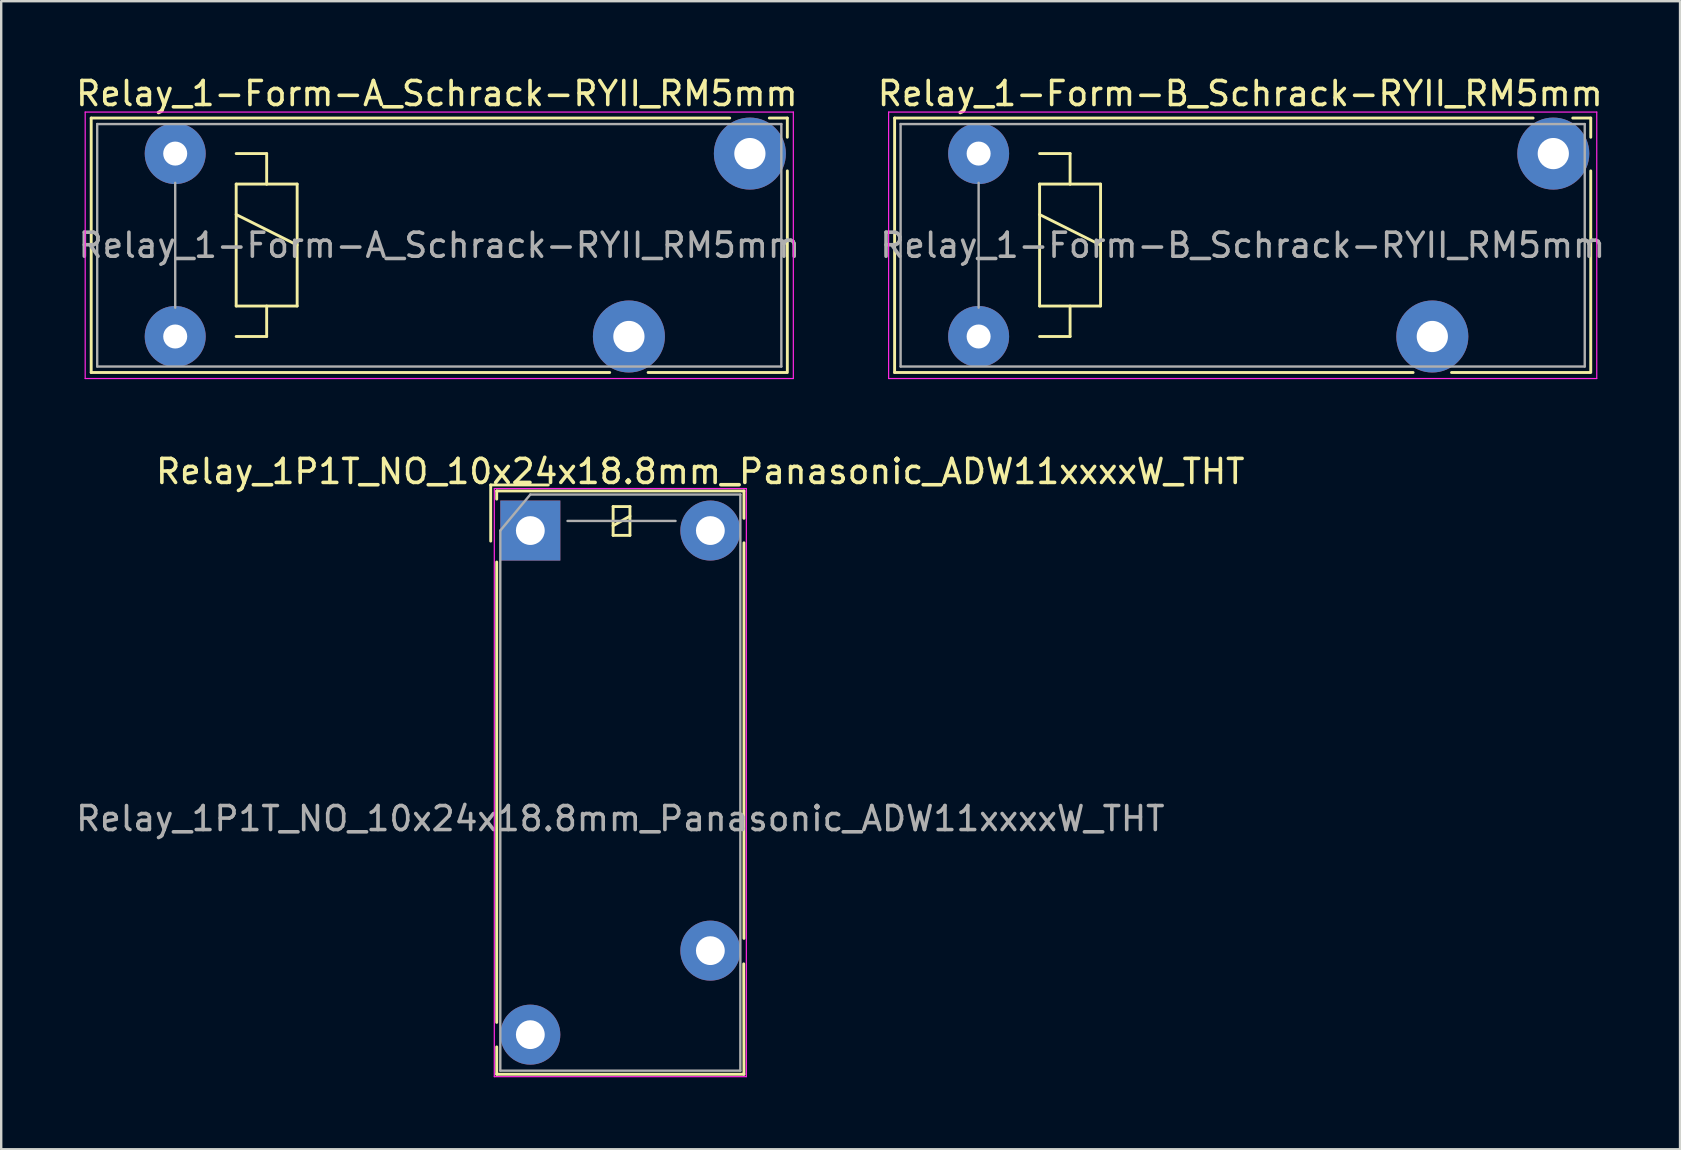
<source format=kicad_pcb>
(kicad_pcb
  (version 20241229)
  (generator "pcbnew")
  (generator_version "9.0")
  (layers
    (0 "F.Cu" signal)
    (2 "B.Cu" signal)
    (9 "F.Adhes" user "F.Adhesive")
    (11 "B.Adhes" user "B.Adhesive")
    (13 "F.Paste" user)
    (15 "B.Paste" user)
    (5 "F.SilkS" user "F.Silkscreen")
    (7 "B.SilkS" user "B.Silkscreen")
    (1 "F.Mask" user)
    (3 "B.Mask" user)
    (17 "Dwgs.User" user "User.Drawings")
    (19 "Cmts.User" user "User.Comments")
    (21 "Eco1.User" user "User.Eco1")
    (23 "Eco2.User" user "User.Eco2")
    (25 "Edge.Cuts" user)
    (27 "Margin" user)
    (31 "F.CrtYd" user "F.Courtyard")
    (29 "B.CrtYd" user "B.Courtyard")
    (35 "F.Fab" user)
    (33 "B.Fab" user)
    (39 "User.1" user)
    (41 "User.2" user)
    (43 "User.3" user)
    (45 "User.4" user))
  (footprint "Relay_1-Form-A_Schrack-RYII_RM5mm"
    (layer "F.Cu")
    (at 4.249 10.968)
    (property "Reference" "Relay_1-Form-A_Schrack-RYII_RM5mm" (at 10.9 -10.12 0) (layer "F.SilkS") (effects (font (size 1 1) (thickness 0.15))))
    (attr through_hole)
    (fp_line (start -3.5 -9.1) (end 23.1 -9.1) (stroke (width 0.12) (type solid)) (layer "F.SilkS"))
    (fp_line (start -3.5 1.5) (end -3.5 -9.1) (stroke (width 0.12) (type solid)) (layer "F.SilkS"))
    (fp_line (start 2.54 -7.62) (end 3.81 -7.62) (stroke (width 0.12) (type solid)) (layer "F.SilkS"))
    (fp_line (start 2.54 -6.35) (end 3.81 -6.35) (stroke (width 0.12) (type solid)) (layer "F.SilkS"))
    (fp_line (start 2.54 -5.08) (end 5.08 -3.81) (stroke (width 0.12) (type solid)) (layer "F.SilkS"))
    (fp_line (start 2.54 -1.27) (end 2.54 -6.35) (stroke (width 0.12) (type solid)) (layer "F.SilkS"))
    (fp_line (start 3.81 -7.62) (end 3.81 -6.35) (stroke (width 0.12) (type solid)) (layer "F.SilkS"))
    (fp_line (start 3.81 -6.35) (end 5.08 -6.35) (stroke (width 0.12) (type solid)) (layer "F.SilkS"))
    (fp_line (start 3.81 -1.27) (end 3.81 0) (stroke (width 0.12) (type solid)) (layer "F.SilkS"))
    (fp_line (start 3.81 0) (end 2.54 0) (stroke (width 0.12) (type solid)) (layer "F.SilkS"))
    (fp_line (start 5.08 -6.35) (end 5.08 -1.27) (stroke (width 0.12) (type solid)) (layer "F.SilkS"))
    (fp_line (start 5.08 -1.27) (end 2.54 -1.27) (stroke (width 0.12) (type solid)) (layer "F.SilkS"))
    (fp_line (start 18.1 1.5) (end -3.5 1.5) (stroke (width 0.12) (type solid)) (layer "F.SilkS"))
    (fp_line (start 24.75 -9.1) (end 25.5 -9.1) (stroke (width 0.12) (type solid)) (layer "F.SilkS"))
    (fp_line (start 25.45 1.5) (end 19.7 1.5) (stroke (width 0.12) (type solid)) (layer "F.SilkS"))
    (fp_line (start 25.5 -9.1) (end 25.5 -8.3) (stroke (width 0.12) (type solid)) (layer "F.SilkS"))
    (fp_line (start 25.5 -6.9) (end 25.5 1.5) (stroke (width 0.12) (type solid)) (layer "F.SilkS"))
    (fp_line (start -3.75 -9.35) (end -3.75 1.75) (stroke (width 0.05) (type solid)) (layer "F.CrtYd"))
    (fp_line (start -3.75 1.75) (end 25.75 1.75) (stroke (width 0.05) (type solid)) (layer "F.CrtYd"))
    (fp_line (start 25.75 -9.35) (end -3.75 -9.35) (stroke (width 0.05) (type solid)) (layer "F.CrtYd"))
    (fp_line (start 25.75 1.75) (end 25.75 -9.35) (stroke (width 0.05) (type solid)) (layer "F.CrtYd"))
    (fp_line (start -3.25 -8.85) (end 25.25 -8.85) (stroke (width 0.1) (type solid)) (layer "F.Fab"))
    (fp_line (start -3.25 1.25) (end -3.25 -8.85) (stroke (width 0.1) (type solid)) (layer "F.Fab"))
    (fp_line (start 0 -6.4) (end 0 -1.2) (stroke (width 0.1) (type solid)) (layer "F.Fab"))
    (fp_line (start 25.25 -8.85) (end 25.25 1.25) (stroke (width 0.1) (type solid)) (layer "F.Fab"))
    (fp_line (start 25.25 1.25) (end -3.25 1.25) (stroke (width 0.1) (type solid)) (layer "F.Fab"))
    (fp_text user "${REFERENCE}" (at 11 -3.8 0) (layer "F.Fab") (effects (font (size 1 1) (thickness 0.15))))
    (pad "11" thru_hole circle (at 18.9 0) (size 3 3) (drill 1.3) (layers "*.Cu" "*.Mask"))
    (pad "14" thru_hole circle (at 23.94 -7.62) (size 3 3) (drill 1.3) (layers "*.Cu" "*.Mask"))
    (pad "A1" thru_hole circle (at 0 0) (size 2.54 2.54) (drill 1) (layers "*.Cu" "*.Mask"))
    (pad "A2" thru_hole circle (at 0 -7.62) (size 2.54 2.54) (drill 1) (layers "*.Cu" "*.Mask")))
  (footprint "Relay_1P1T_NO_10x24x18.8mm_Panasonic_ADW11xxxxW_THT"
    (layer "F.Cu")
    (at 19.042 19.052)
    (property "Reference" "Relay_1P1T_NO_10x24x18.8mm_Panasonic_ADW11xxxxW_THT" (at 7.08 -2.46 180) (layer "F.SilkS") (effects (font (size 1 1) (thickness 0.15))))
    (attr through_hole)
    (fp_line (start -1.65 -1.9) (end 0.75 -1.9) (stroke (width 0.12) (type solid)) (layer "F.SilkS"))
    (fp_line (start -1.65 0.44) (end -1.65 -1.9) (stroke (width 0.12) (type solid)) (layer "F.SilkS"))
    (fp_line (start -1.4 -1.65) (end -1.4 -1.31) (stroke (width 0.12) (type solid)) (layer "F.SilkS"))
    (fp_line (start -1.4 1.31) (end -1.4 20.49) (stroke (width 0.12) (type solid)) (layer "F.SilkS"))
    (fp_line (start -1.4 22.65) (end -1.4 21.51) (stroke (width 0.12) (type solid)) (layer "F.SilkS"))
    (fp_line (start 3.45 -1) (end 3.45 0.2) (stroke (width 0.12) (type solid)) (layer "F.SilkS"))
    (fp_line (start 3.45 -0.2) (end 4.15 -0.6) (stroke (width 0.12) (type solid)) (layer "F.SilkS"))
    (fp_line (start 3.45 0.2) (end 4.15 0.2) (stroke (width 0.12) (type solid)) (layer "F.SilkS"))
    (fp_line (start 4.15 -1) (end 3.45 -1) (stroke (width 0.12) (type solid)) (layer "F.SilkS"))
    (fp_line (start 4.15 0.2) (end 4.15 -1) (stroke (width 0.12) (type solid)) (layer "F.SilkS"))
    (fp_line (start 8.89 18.05) (end 8.9 22.65) (stroke (width 0.12) (type solid)) (layer "F.SilkS"))
    (fp_line (start 8.9 -1.65) (end -1.4 -1.65) (stroke (width 0.12) (type solid)) (layer "F.SilkS"))
    (fp_line (start 8.9 -1.65) (end 8.9 -0.51) (stroke (width 0.12) (type solid)) (layer "F.SilkS"))
    (fp_line (start 8.9 0.51) (end 8.9 16.99) (stroke (width 0.12) (type solid)) (layer "F.SilkS"))
    (fp_line (start 8.9 22.65) (end -1.4 22.65) (stroke (width 0.12) (type solid)) (layer "F.SilkS"))
    (fp_line (start -1.5 -1.75) (end -1.5 22.75) (stroke (width 0.05) (type solid)) (layer "F.CrtYd"))
    (fp_line (start 9 -1.75) (end -1.5 -1.75) (stroke (width 0.05) (type solid)) (layer "F.CrtYd"))
    (fp_line (start 9 22.75) (end -1.5 22.75) (stroke (width 0.05) (type solid)) (layer "F.CrtYd"))
    (fp_line (start 9 22.75) (end 9 -1.75) (stroke (width 0.05) (type solid)) (layer "F.CrtYd"))
    (fp_line (start -1.25 0) (end -1.25 22.5) (stroke (width 0.1) (type solid)) (layer "F.Fab"))
    (fp_line (start -1.25 0) (end 0 -1.5) (stroke (width 0.1) (type solid)) (layer "F.Fab"))
    (fp_line (start 1.55 -0.4) (end 6.05 -0.4) (stroke (width 0.1) (type solid)) (layer "F.Fab"))
    (fp_line (start 8.75 -1.5) (end 0 -1.5) (stroke (width 0.1) (type solid)) (layer "F.Fab"))
    (fp_line (start 8.75 22.5) (end -1.25 22.5) (stroke (width 0.1) (type solid)) (layer "F.Fab"))
    (fp_line (start 8.75 22.5) (end 8.75 -1.5) (stroke (width 0.1) (type solid)) (layer "F.Fab"))
    (fp_text user "${REFERENCE}" (at 3.75 12 180) (layer "F.Fab") (effects (font (size 1 1) (thickness 0.15))))
    (pad "1" thru_hole rect (at 0 0) (size 2.5 2.5) (drill 1.2) (layers "*.Cu" "*.Mask"))
    (pad "3" thru_hole oval (at 0 21) (size 2.5 2.5) (drill 1.2) (layers "*.Cu" "*.Mask"))
    (pad "5" thru_hole oval (at 7.5 17.5) (size 2.5 2.5) (drill 1.2) (layers "*.Cu" "*.Mask"))
    (pad "6" thru_hole oval (at 7.5 0) (size 2.5 2.5) (drill 1.2) (layers "*.Cu" "*.Mask")))
  (footprint "Relay_1-Form-B_Schrack-RYII_RM5mm"
    (layer "F.Cu")
    (at 37.718 10.968)
    (property "Reference" "Relay_1-Form-B_Schrack-RYII_RM5mm" (at 10.9 -10.12 0) (layer "F.SilkS") (effects (font (size 1 1) (thickness 0.15))))
    (attr through_hole)
    (fp_line (start -3.5 -9.1) (end 23.1 -9.1) (stroke (width 0.12) (type solid)) (layer "F.SilkS"))
    (fp_line (start -3.5 1.5) (end -3.5 -9.1) (stroke (width 0.12) (type solid)) (layer "F.SilkS"))
    (fp_line (start 2.54 -7.62) (end 3.81 -7.62) (stroke (width 0.12) (type solid)) (layer "F.SilkS"))
    (fp_line (start 2.54 -6.35) (end 3.81 -6.35) (stroke (width 0.12) (type solid)) (layer "F.SilkS"))
    (fp_line (start 2.54 -5.08) (end 5.08 -3.81) (stroke (width 0.12) (type solid)) (layer "F.SilkS"))
    (fp_line (start 2.54 -1.27) (end 2.54 -6.35) (stroke (width 0.12) (type solid)) (layer "F.SilkS"))
    (fp_line (start 3.81 -7.62) (end 3.81 -6.35) (stroke (width 0.12) (type solid)) (layer "F.SilkS"))
    (fp_line (start 3.81 -6.35) (end 5.08 -6.35) (stroke (width 0.12) (type solid)) (layer "F.SilkS"))
    (fp_line (start 3.81 -1.27) (end 3.81 0) (stroke (width 0.12) (type solid)) (layer "F.SilkS"))
    (fp_line (start 3.81 0) (end 2.54 0) (stroke (width 0.12) (type solid)) (layer "F.SilkS"))
    (fp_line (start 5.08 -6.35) (end 5.08 -1.27) (stroke (width 0.12) (type solid)) (layer "F.SilkS"))
    (fp_line (start 5.08 -1.27) (end 2.54 -1.27) (stroke (width 0.12) (type solid)) (layer "F.SilkS"))
    (fp_line (start 18.1 1.5) (end -3.5 1.5) (stroke (width 0.12) (type solid)) (layer "F.SilkS"))
    (fp_line (start 24.75 -9.1) (end 25.5 -9.1) (stroke (width 0.12) (type solid)) (layer "F.SilkS"))
    (fp_line (start 25.45 1.5) (end 19.7 1.5) (stroke (width 0.12) (type solid)) (layer "F.SilkS"))
    (fp_line (start 25.5 -9.1) (end 25.5 -8.3) (stroke (width 0.12) (type solid)) (layer "F.SilkS"))
    (fp_line (start 25.5 -6.9) (end 25.5 1.5) (stroke (width 0.12) (type solid)) (layer "F.SilkS"))
    (fp_line (start -3.75 -9.35) (end -3.75 1.75) (stroke (width 0.05) (type solid)) (layer "F.CrtYd"))
    (fp_line (start -3.75 1.75) (end 25.75 1.75) (stroke (width 0.05) (type solid)) (layer "F.CrtYd"))
    (fp_line (start 25.75 -9.35) (end -3.75 -9.35) (stroke (width 0.05) (type solid)) (layer "F.CrtYd"))
    (fp_line (start 25.75 1.75) (end 25.75 -9.35) (stroke (width 0.05) (type solid)) (layer "F.CrtYd"))
    (fp_line (start -3.25 -8.85) (end 25.25 -8.85) (stroke (width 0.1) (type solid)) (layer "F.Fab"))
    (fp_line (start -3.25 1.25) (end -3.25 -8.85) (stroke (width 0.1) (type solid)) (layer "F.Fab"))
    (fp_line (start 0 -6.4) (end 0 -1.2) (stroke (width 0.1) (type solid)) (layer "F.Fab"))
    (fp_line (start 25.25 -8.85) (end 25.25 1.25) (stroke (width 0.1) (type solid)) (layer "F.Fab"))
    (fp_line (start 25.25 1.25) (end -3.25 1.25) (stroke (width 0.1) (type solid)) (layer "F.Fab"))
    (fp_text user "${REFERENCE}" (at 11 -3.8 0) (layer "F.Fab") (effects (font (size 1 1) (thickness 0.15))))
    (pad "11" thru_hole circle (at 18.9 0) (size 3 3) (drill 1.3) (layers "*.Cu" "*.Mask"))
    (pad "12" thru_hole circle (at 23.94 -7.62) (size 3 3) (drill 1.3) (layers "*.Cu" "*.Mask"))
    (pad "A1" thru_hole circle (at 0 0) (size 2.54 2.54) (drill 1) (layers "*.Cu" "*.Mask"))
    (pad "A2" thru_hole circle (at 0 -7.62) (size 2.54 2.54) (drill 1) (layers "*.Cu" "*.Mask")))
  (gr_rect
    (start -3 -3)
    (end 66.938 44.827)
    (stroke (width 0.1) (type default))
    (fill no)
    (layer "Edge.Cuts")))
</source>
